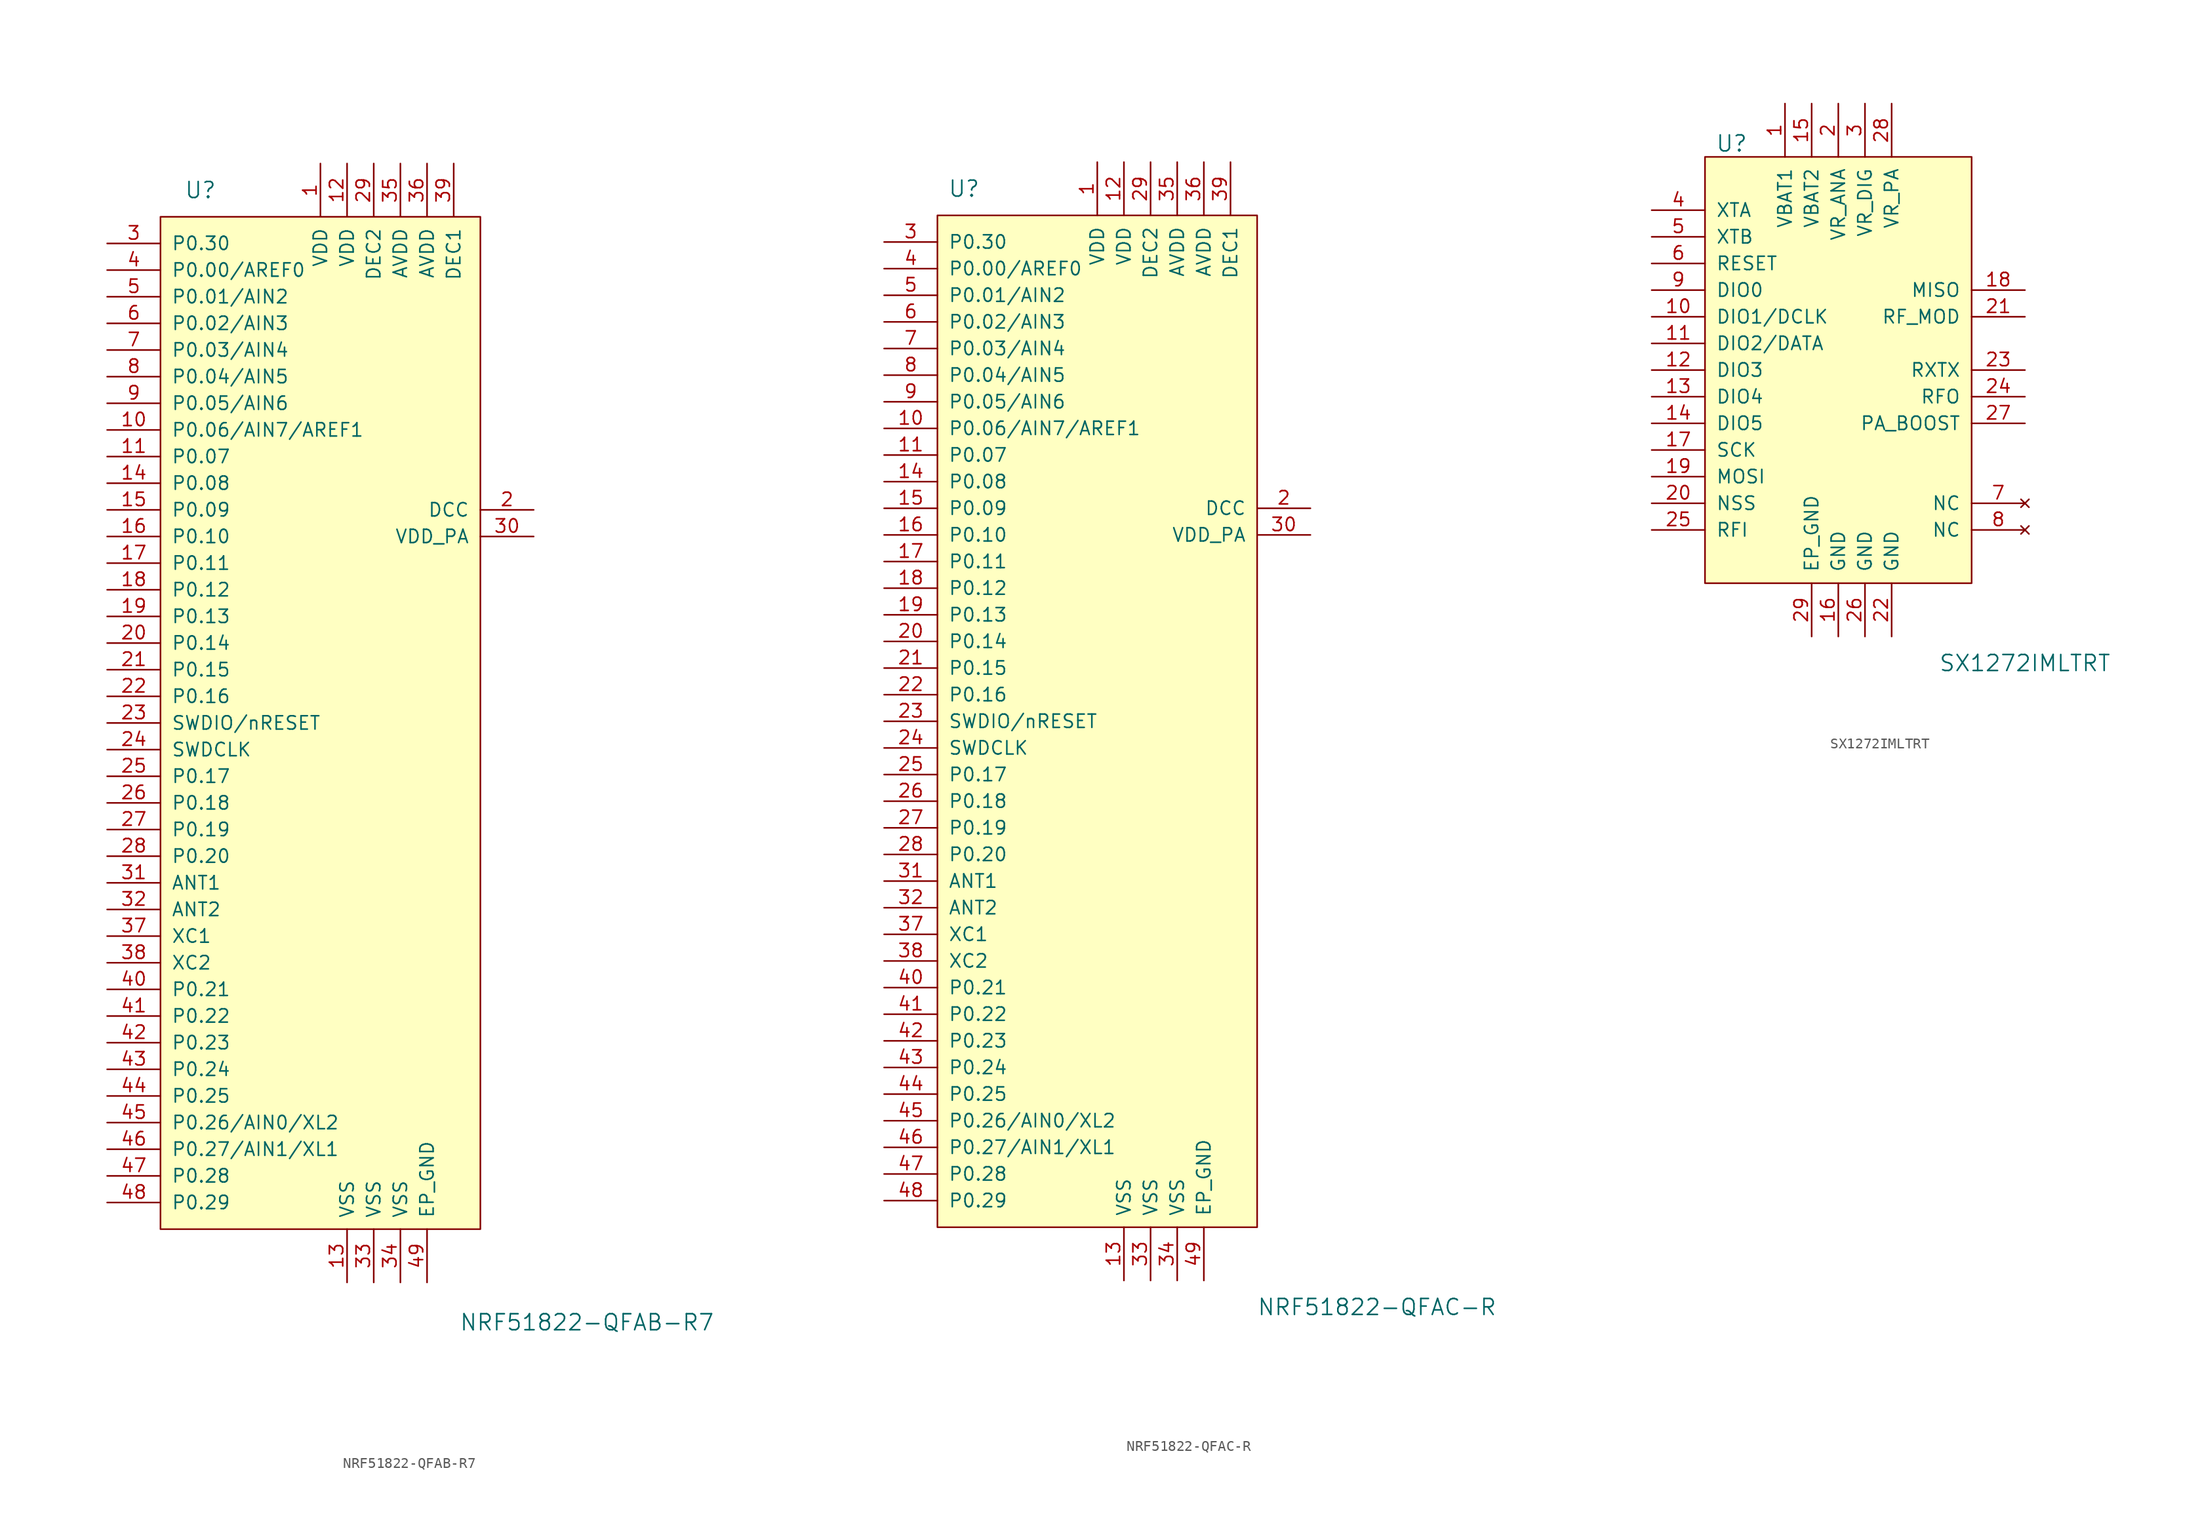
<source format=kicad_sym>
(kicad_symbol_lib
  (version 20231120)
  (generator "kicad_symbol_editor")
  (generator_version "8.0")
  (symbol "NRF51822-QFAB-R7"
    (pin_names
      (offset 1.016))
    (property "Reference" "U"
      (at -16.51 45.72 0)
      (effects (font (size 1.524 1.524))))
    (property "Value" "NRF51822-QFAB-R7"
      (at 20.32 -62.23 0)
      (effects (font (size 1.524 1.524))))
    (symbol "NRF51822-QFAB-R7_0_1"
      (rectangle (start -20.32 43.18) (end 10.16 -53.34) (stroke (width 0) (type default)) (fill (type background))))
    (symbol "NRF51822-QFAB-R7_1_1"
      (pin power_in line (at -5.08 48.26 270) (length 5.08) (name "VDD" (effects (font (size 1.27 1.27)))) (number "1" (effects (font (size 1.27 1.27)))))
      (pin bidirectional line (at -25.4 22.86 0) (length 5.08) (name "P0.06/AIN7/AREF1" (effects (font (size 1.27 1.27)))) (number "10" (effects (font (size 1.27 1.27)))))
      (pin bidirectional line (at -25.4 20.32 0) (length 5.08) (name "P0.07" (effects (font (size 1.27 1.27)))) (number "11" (effects (font (size 1.27 1.27)))))
      (pin power_in line (at -2.54 48.26 270) (length 5.08) (name "VDD" (effects (font (size 1.27 1.27)))) (number "12" (effects (font (size 1.27 1.27)))))
      (pin power_in line (at -2.54 -58.42 90) (length 5.08) (name "VSS" (effects (font (size 1.27 1.27)))) (number "13" (effects (font (size 1.27 1.27)))))
      (pin bidirectional line (at -25.4 17.78 0) (length 5.08) (name "P0.08" (effects (font (size 1.27 1.27)))) (number "14" (effects (font (size 1.27 1.27)))))
      (pin bidirectional line (at -25.4 15.24 0) (length 5.08) (name "P0.09" (effects (font (size 1.27 1.27)))) (number "15" (effects (font (size 1.27 1.27)))))
      (pin bidirectional line (at -25.4 12.7 0) (length 5.08) (name "P0.10" (effects (font (size 1.27 1.27)))) (number "16" (effects (font (size 1.27 1.27)))))
      (pin bidirectional line (at -25.4 10.16 0) (length 5.08) (name "P0.11" (effects (font (size 1.27 1.27)))) (number "17" (effects (font (size 1.27 1.27)))))
      (pin bidirectional line (at -25.4 7.62 0) (length 5.08) (name "P0.12" (effects (font (size 1.27 1.27)))) (number "18" (effects (font (size 1.27 1.27)))))
      (pin bidirectional line (at -25.4 5.08 0) (length 5.08) (name "P0.13" (effects (font (size 1.27 1.27)))) (number "19" (effects (font (size 1.27 1.27)))))
      (pin power_out line (at 15.24 15.24 180) (length 5.08) (name "DCC" (effects (font (size 1.27 1.27)))) (number "2" (effects (font (size 1.27 1.27)))))
      (pin bidirectional line (at -25.4 2.54 0) (length 5.08) (name "P0.14" (effects (font (size 1.27 1.27)))) (number "20" (effects (font (size 1.27 1.27)))))
      (pin bidirectional line (at -25.4 0 0) (length 5.08) (name "P0.15" (effects (font (size 1.27 1.27)))) (number "21" (effects (font (size 1.27 1.27)))))
      (pin bidirectional line (at -25.4 -2.54 0) (length 5.08) (name "P0.16" (effects (font (size 1.27 1.27)))) (number "22" (effects (font (size 1.27 1.27)))))
      (pin bidirectional line (at -25.4 -5.08 0) (length 5.08) (name "SWDIO/nRESET" (effects (font (size 1.27 1.27)))) (number "23" (effects (font (size 1.27 1.27)))))
      (pin input line (at -25.4 -7.62 0) (length 5.08) (name "SWDCLK" (effects (font (size 1.27 1.27)))) (number "24" (effects (font (size 1.27 1.27)))))
      (pin bidirectional line (at -25.4 -10.16 0) (length 5.08) (name "P0.17" (effects (font (size 1.27 1.27)))) (number "25" (effects (font (size 1.27 1.27)))))
      (pin bidirectional line (at -25.4 -12.7 0) (length 5.08) (name "P0.18" (effects (font (size 1.27 1.27)))) (number "26" (effects (font (size 1.27 1.27)))))
      (pin bidirectional line (at -25.4 -15.24 0) (length 5.08) (name "P0.19" (effects (font (size 1.27 1.27)))) (number "27" (effects (font (size 1.27 1.27)))))
      (pin bidirectional line (at -25.4 -17.78 0) (length 5.08) (name "P0.20" (effects (font (size 1.27 1.27)))) (number "28" (effects (font (size 1.27 1.27)))))
      (pin power_in line (at 0 48.26 270) (length 5.08) (name "DEC2" (effects (font (size 1.27 1.27)))) (number "29" (effects (font (size 1.27 1.27)))))
      (pin bidirectional line (at -25.4 40.64 0) (length 5.08) (name "P0.30" (effects (font (size 1.27 1.27)))) (number "3" (effects (font (size 1.27 1.27)))))
      (pin power_out line (at 15.24 12.7 180) (length 5.08) (name "VDD_PA" (effects (font (size 1.27 1.27)))) (number "30" (effects (font (size 1.27 1.27)))))
      (pin input line (at -25.4 -20.32 0) (length 5.08) (name "ANT1" (effects (font (size 1.27 1.27)))) (number "31" (effects (font (size 1.27 1.27)))))
      (pin input line (at -25.4 -22.86 0) (length 5.08) (name "ANT2" (effects (font (size 1.27 1.27)))) (number "32" (effects (font (size 1.27 1.27)))))
      (pin power_in line (at 0 -58.42 90) (length 5.08) (name "VSS" (effects (font (size 1.27 1.27)))) (number "33" (effects (font (size 1.27 1.27)))))
      (pin power_in line (at 2.54 -58.42 90) (length 5.08) (name "VSS" (effects (font (size 1.27 1.27)))) (number "34" (effects (font (size 1.27 1.27)))))
      (pin power_in line (at 2.54 48.26 270) (length 5.08) (name "AVDD" (effects (font (size 1.27 1.27)))) (number "35" (effects (font (size 1.27 1.27)))))
      (pin power_in line (at 5.08 48.26 270) (length 5.08) (name "AVDD" (effects (font (size 1.27 1.27)))) (number "36" (effects (font (size 1.27 1.27)))))
      (pin input line (at -25.4 -25.4 0) (length 5.08) (name "XC1" (effects (font (size 1.27 1.27)))) (number "37" (effects (font (size 1.27 1.27)))))
      (pin input line (at -25.4 -27.94 0) (length 5.08) (name "XC2" (effects (font (size 1.27 1.27)))) (number "38" (effects (font (size 1.27 1.27)))))
      (pin power_in line (at 7.62 48.26 270) (length 5.08) (name "DEC1" (effects (font (size 1.27 1.27)))) (number "39" (effects (font (size 1.27 1.27)))))
      (pin bidirectional line (at -25.4 38.1 0) (length 5.08) (name "P0.00/AREF0" (effects (font (size 1.27 1.27)))) (number "4" (effects (font (size 1.27 1.27)))))
      (pin bidirectional line (at -25.4 -30.48 0) (length 5.08) (name "P0.21" (effects (font (size 1.27 1.27)))) (number "40" (effects (font (size 1.27 1.27)))))
      (pin bidirectional line (at -25.4 -33.02 0) (length 5.08) (name "P0.22" (effects (font (size 1.27 1.27)))) (number "41" (effects (font (size 1.27 1.27)))))
      (pin bidirectional line (at -25.4 -35.56 0) (length 5.08) (name "P0.23" (effects (font (size 1.27 1.27)))) (number "42" (effects (font (size 1.27 1.27)))))
      (pin bidirectional line (at -25.4 -38.1 0) (length 5.08) (name "P0.24" (effects (font (size 1.27 1.27)))) (number "43" (effects (font (size 1.27 1.27)))))
      (pin bidirectional line (at -25.4 -40.64 0) (length 5.08) (name "P0.25" (effects (font (size 1.27 1.27)))) (number "44" (effects (font (size 1.27 1.27)))))
      (pin bidirectional line (at -25.4 -43.18 0) (length 5.08) (name "P0.26/AIN0/XL2" (effects (font (size 1.27 1.27)))) (number "45" (effects (font (size 1.27 1.27)))))
      (pin bidirectional line (at -25.4 -45.72 0) (length 5.08) (name "P0.27/AIN1/XL1" (effects (font (size 1.27 1.27)))) (number "46" (effects (font (size 1.27 1.27)))))
      (pin bidirectional line (at -25.4 -48.26 0) (length 5.08) (name "P0.28" (effects (font (size 1.27 1.27)))) (number "47" (effects (font (size 1.27 1.27)))))
      (pin bidirectional line (at -25.4 -50.8 0) (length 5.08) (name "P0.29" (effects (font (size 1.27 1.27)))) (number "48" (effects (font (size 1.27 1.27)))))
      (pin power_out line (at 5.08 -58.42 90) (length 5.08) (name "EP_GND" (effects (font (size 1.27 1.27)))) (number "49" (effects (font (size 1.27 1.27)))))
      (pin bidirectional line (at -25.4 35.56 0) (length 5.08) (name "P0.01/AIN2" (effects (font (size 1.27 1.27)))) (number "5" (effects (font (size 1.27 1.27)))))
      (pin bidirectional line (at -25.4 33.02 0) (length 5.08) (name "P0.02/AIN3" (effects (font (size 1.27 1.27)))) (number "6" (effects (font (size 1.27 1.27)))))
      (pin bidirectional line (at -25.4 30.48 0) (length 5.08) (name "P0.03/AIN4" (effects (font (size 1.27 1.27)))) (number "7" (effects (font (size 1.27 1.27)))))
      (pin bidirectional line (at -25.4 27.94 0) (length 5.08) (name "P0.04/AIN5" (effects (font (size 1.27 1.27)))) (number "8" (effects (font (size 1.27 1.27)))))
      (pin bidirectional line (at -25.4 25.4 0) (length 5.08) (name "P0.05/AIN6" (effects (font (size 1.27 1.27)))) (number "9" (effects (font (size 1.27 1.27)))))))
  (symbol "NRF51822-QFAC-R"
    (pin_names
      (offset 1.016))
    (property "Reference" "U"
      (at -17.78 45.72 0)
      (effects (font (size 1.524 1.524))))
    (property "Value" "NRF51822-QFAC-R"
      (at 21.59 -60.96 0)
      (effects (font (size 1.524 1.524))))
    (symbol "NRF51822-QFAC-R_0_1"
      (rectangle (start -20.32 43.18) (end 10.16 -53.34) (stroke (width 0) (type default)) (fill (type background))))
    (symbol "NRF51822-QFAC-R_1_1"
      (pin power_in line (at -5.08 48.26 270) (length 5.08) (name "VDD" (effects (font (size 1.27 1.27)))) (number "1" (effects (font (size 1.27 1.27)))))
      (pin bidirectional line (at -25.4 22.86 0) (length 5.08) (name "P0.06/AIN7/AREF1" (effects (font (size 1.27 1.27)))) (number "10" (effects (font (size 1.27 1.27)))))
      (pin bidirectional line (at -25.4 20.32 0) (length 5.08) (name "P0.07" (effects (font (size 1.27 1.27)))) (number "11" (effects (font (size 1.27 1.27)))))
      (pin power_in line (at -2.54 48.26 270) (length 5.08) (name "VDD" (effects (font (size 1.27 1.27)))) (number "12" (effects (font (size 1.27 1.27)))))
      (pin power_in line (at -2.54 -58.42 90) (length 5.08) (name "VSS" (effects (font (size 1.27 1.27)))) (number "13" (effects (font (size 1.27 1.27)))))
      (pin bidirectional line (at -25.4 17.78 0) (length 5.08) (name "P0.08" (effects (font (size 1.27 1.27)))) (number "14" (effects (font (size 1.27 1.27)))))
      (pin bidirectional line (at -25.4 15.24 0) (length 5.08) (name "P0.09" (effects (font (size 1.27 1.27)))) (number "15" (effects (font (size 1.27 1.27)))))
      (pin bidirectional line (at -25.4 12.7 0) (length 5.08) (name "P0.10" (effects (font (size 1.27 1.27)))) (number "16" (effects (font (size 1.27 1.27)))))
      (pin bidirectional line (at -25.4 10.16 0) (length 5.08) (name "P0.11" (effects (font (size 1.27 1.27)))) (number "17" (effects (font (size 1.27 1.27)))))
      (pin bidirectional line (at -25.4 7.62 0) (length 5.08) (name "P0.12" (effects (font (size 1.27 1.27)))) (number "18" (effects (font (size 1.27 1.27)))))
      (pin bidirectional line (at -25.4 5.08 0) (length 5.08) (name "P0.13" (effects (font (size 1.27 1.27)))) (number "19" (effects (font (size 1.27 1.27)))))
      (pin power_out line (at 15.24 15.24 180) (length 5.08) (name "DCC" (effects (font (size 1.27 1.27)))) (number "2" (effects (font (size 1.27 1.27)))))
      (pin bidirectional line (at -25.4 2.54 0) (length 5.08) (name "P0.14" (effects (font (size 1.27 1.27)))) (number "20" (effects (font (size 1.27 1.27)))))
      (pin bidirectional line (at -25.4 0 0) (length 5.08) (name "P0.15" (effects (font (size 1.27 1.27)))) (number "21" (effects (font (size 1.27 1.27)))))
      (pin bidirectional line (at -25.4 -2.54 0) (length 5.08) (name "P0.16" (effects (font (size 1.27 1.27)))) (number "22" (effects (font (size 1.27 1.27)))))
      (pin bidirectional line (at -25.4 -5.08 0) (length 5.08) (name "SWDIO/nRESET" (effects (font (size 1.27 1.27)))) (number "23" (effects (font (size 1.27 1.27)))))
      (pin input line (at -25.4 -7.62 0) (length 5.08) (name "SWDCLK" (effects (font (size 1.27 1.27)))) (number "24" (effects (font (size 1.27 1.27)))))
      (pin bidirectional line (at -25.4 -10.16 0) (length 5.08) (name "P0.17" (effects (font (size 1.27 1.27)))) (number "25" (effects (font (size 1.27 1.27)))))
      (pin bidirectional line (at -25.4 -12.7 0) (length 5.08) (name "P0.18" (effects (font (size 1.27 1.27)))) (number "26" (effects (font (size 1.27 1.27)))))
      (pin bidirectional line (at -25.4 -15.24 0) (length 5.08) (name "P0.19" (effects (font (size 1.27 1.27)))) (number "27" (effects (font (size 1.27 1.27)))))
      (pin bidirectional line (at -25.4 -17.78 0) (length 5.08) (name "P0.20" (effects (font (size 1.27 1.27)))) (number "28" (effects (font (size 1.27 1.27)))))
      (pin power_in line (at 0 48.26 270) (length 5.08) (name "DEC2" (effects (font (size 1.27 1.27)))) (number "29" (effects (font (size 1.27 1.27)))))
      (pin bidirectional line (at -25.4 40.64 0) (length 5.08) (name "P0.30" (effects (font (size 1.27 1.27)))) (number "3" (effects (font (size 1.27 1.27)))))
      (pin power_out line (at 15.24 12.7 180) (length 5.08) (name "VDD_PA" (effects (font (size 1.27 1.27)))) (number "30" (effects (font (size 1.27 1.27)))))
      (pin input line (at -25.4 -20.32 0) (length 5.08) (name "ANT1" (effects (font (size 1.27 1.27)))) (number "31" (effects (font (size 1.27 1.27)))))
      (pin input line (at -25.4 -22.86 0) (length 5.08) (name "ANT2" (effects (font (size 1.27 1.27)))) (number "32" (effects (font (size 1.27 1.27)))))
      (pin power_in line (at 0 -58.42 90) (length 5.08) (name "VSS" (effects (font (size 1.27 1.27)))) (number "33" (effects (font (size 1.27 1.27)))))
      (pin power_in line (at 2.54 -58.42 90) (length 5.08) (name "VSS" (effects (font (size 1.27 1.27)))) (number "34" (effects (font (size 1.27 1.27)))))
      (pin power_in line (at 2.54 48.26 270) (length 5.08) (name "AVDD" (effects (font (size 1.27 1.27)))) (number "35" (effects (font (size 1.27 1.27)))))
      (pin power_in line (at 5.08 48.26 270) (length 5.08) (name "AVDD" (effects (font (size 1.27 1.27)))) (number "36" (effects (font (size 1.27 1.27)))))
      (pin input line (at -25.4 -25.4 0) (length 5.08) (name "XC1" (effects (font (size 1.27 1.27)))) (number "37" (effects (font (size 1.27 1.27)))))
      (pin input line (at -25.4 -27.94 0) (length 5.08) (name "XC2" (effects (font (size 1.27 1.27)))) (number "38" (effects (font (size 1.27 1.27)))))
      (pin power_in line (at 7.62 48.26 270) (length 5.08) (name "DEC1" (effects (font (size 1.27 1.27)))) (number "39" (effects (font (size 1.27 1.27)))))
      (pin bidirectional line (at -25.4 38.1 0) (length 5.08) (name "P0.00/AREF0" (effects (font (size 1.27 1.27)))) (number "4" (effects (font (size 1.27 1.27)))))
      (pin bidirectional line (at -25.4 -30.48 0) (length 5.08) (name "P0.21" (effects (font (size 1.27 1.27)))) (number "40" (effects (font (size 1.27 1.27)))))
      (pin bidirectional line (at -25.4 -33.02 0) (length 5.08) (name "P0.22" (effects (font (size 1.27 1.27)))) (number "41" (effects (font (size 1.27 1.27)))))
      (pin bidirectional line (at -25.4 -35.56 0) (length 5.08) (name "P0.23" (effects (font (size 1.27 1.27)))) (number "42" (effects (font (size 1.27 1.27)))))
      (pin bidirectional line (at -25.4 -38.1 0) (length 5.08) (name "P0.24" (effects (font (size 1.27 1.27)))) (number "43" (effects (font (size 1.27 1.27)))))
      (pin bidirectional line (at -25.4 -40.64 0) (length 5.08) (name "P0.25" (effects (font (size 1.27 1.27)))) (number "44" (effects (font (size 1.27 1.27)))))
      (pin bidirectional line (at -25.4 -43.18 0) (length 5.08) (name "P0.26/AIN0/XL2" (effects (font (size 1.27 1.27)))) (number "45" (effects (font (size 1.27 1.27)))))
      (pin bidirectional line (at -25.4 -45.72 0) (length 5.08) (name "P0.27/AIN1/XL1" (effects (font (size 1.27 1.27)))) (number "46" (effects (font (size 1.27 1.27)))))
      (pin bidirectional line (at -25.4 -48.26 0) (length 5.08) (name "P0.28" (effects (font (size 1.27 1.27)))) (number "47" (effects (font (size 1.27 1.27)))))
      (pin bidirectional line (at -25.4 -50.8 0) (length 5.08) (name "P0.29" (effects (font (size 1.27 1.27)))) (number "48" (effects (font (size 1.27 1.27)))))
      (pin power_in line (at 5.08 -58.42 90) (length 5.08) (name "EP_GND" (effects (font (size 1.27 1.27)))) (number "49" (effects (font (size 1.27 1.27)))))
      (pin bidirectional line (at -25.4 35.56 0) (length 5.08) (name "P0.01/AIN2" (effects (font (size 1.27 1.27)))) (number "5" (effects (font (size 1.27 1.27)))))
      (pin bidirectional line (at -25.4 33.02 0) (length 5.08) (name "P0.02/AIN3" (effects (font (size 1.27 1.27)))) (number "6" (effects (font (size 1.27 1.27)))))
      (pin bidirectional line (at -25.4 30.48 0) (length 5.08) (name "P0.03/AIN4" (effects (font (size 1.27 1.27)))) (number "7" (effects (font (size 1.27 1.27)))))
      (pin bidirectional line (at -25.4 27.94 0) (length 5.08) (name "P0.04/AIN5" (effects (font (size 1.27 1.27)))) (number "8" (effects (font (size 1.27 1.27)))))
      (pin bidirectional line (at -25.4 25.4 0) (length 5.08) (name "P0.05/AIN6" (effects (font (size 1.27 1.27)))) (number "9" (effects (font (size 1.27 1.27)))))))
  (symbol "SX1272IMLTRT"
    (pin_names
      (offset 1.016))
    (property "Reference" "U"
      (at -10.16 21.59 0)
      (effects (font (size 1.524 1.524))))
    (property "Value" "SX1272IMLTRT"
      (at 17.78 -27.94 0)
      (effects (font (size 1.524 1.524))))
    (symbol "SX1272IMLTRT_0_1"
      (rectangle (start -12.7 20.32) (end 12.7 -20.32) (stroke (width 0) (type default)) (fill (type background))))
    (symbol "SX1272IMLTRT_1_1"
      (pin power_in line (at -5.08 25.4 270) (length 5.08) (name "VBAT1" (effects (font (size 1.27 1.27)))) (number "1" (effects (font (size 1.27 1.27)))))
      (pin bidirectional line (at -17.78 5.08 0) (length 5.08) (name "DIO1/DCLK" (effects (font (size 1.27 1.27)))) (number "10" (effects (font (size 1.27 1.27)))))
      (pin bidirectional line (at -17.78 2.54 0) (length 5.08) (name "DIO2/DATA" (effects (font (size 1.27 1.27)))) (number "11" (effects (font (size 1.27 1.27)))))
      (pin bidirectional line (at -17.78 0 0) (length 5.08) (name "DIO3" (effects (font (size 1.27 1.27)))) (number "12" (effects (font (size 1.27 1.27)))))
      (pin bidirectional line (at -17.78 -2.54 0) (length 5.08) (name "DIO4" (effects (font (size 1.27 1.27)))) (number "13" (effects (font (size 1.27 1.27)))))
      (pin bidirectional line (at -17.78 -5.08 0) (length 5.08) (name "DIO5" (effects (font (size 1.27 1.27)))) (number "14" (effects (font (size 1.27 1.27)))))
      (pin power_in line (at -2.54 25.4 270) (length 5.08) (name "VBAT2" (effects (font (size 1.27 1.27)))) (number "15" (effects (font (size 1.27 1.27)))))
      (pin power_in line (at 0 -25.4 90) (length 5.08) (name "GND" (effects (font (size 1.27 1.27)))) (number "16" (effects (font (size 1.27 1.27)))))
      (pin input line (at -17.78 -7.62 0) (length 5.08) (name "SCK" (effects (font (size 1.27 1.27)))) (number "17" (effects (font (size 1.27 1.27)))))
      (pin output line (at 17.78 7.62 180) (length 5.08) (name "MISO" (effects (font (size 1.27 1.27)))) (number "18" (effects (font (size 1.27 1.27)))))
      (pin input line (at -17.78 -10.16 0) (length 5.08) (name "MOSI" (effects (font (size 1.27 1.27)))) (number "19" (effects (font (size 1.27 1.27)))))
      (pin power_in line (at 0 25.4 270) (length 5.08) (name "VR_ANA" (effects (font (size 1.27 1.27)))) (number "2" (effects (font (size 1.27 1.27)))))
      (pin input line (at -17.78 -12.7 0) (length 5.08) (name "NSS" (effects (font (size 1.27 1.27)))) (number "20" (effects (font (size 1.27 1.27)))))
      (pin output line (at 17.78 5.08 180) (length 5.08) (name "RF_MOD" (effects (font (size 1.27 1.27)))) (number "21" (effects (font (size 1.27 1.27)))))
      (pin power_in line (at 5.08 -25.4 90) (length 5.08) (name "GND" (effects (font (size 1.27 1.27)))) (number "22" (effects (font (size 1.27 1.27)))))
      (pin output line (at 17.78 0 180) (length 5.08) (name "RXTX" (effects (font (size 1.27 1.27)))) (number "23" (effects (font (size 1.27 1.27)))))
      (pin output line (at 17.78 -2.54 180) (length 5.08) (name "RFO" (effects (font (size 1.27 1.27)))) (number "24" (effects (font (size 1.27 1.27)))))
      (pin input line (at -17.78 -15.24 0) (length 5.08) (name "RFI" (effects (font (size 1.27 1.27)))) (number "25" (effects (font (size 1.27 1.27)))))
      (pin power_in line (at 2.54 -25.4 90) (length 5.08) (name "GND" (effects (font (size 1.27 1.27)))) (number "26" (effects (font (size 1.27 1.27)))))
      (pin bidirectional line (at 17.78 -5.08 180) (length 5.08) (name "PA_BOOST" (effects (font (size 1.27 1.27)))) (number "27" (effects (font (size 1.27 1.27)))))
      (pin power_in line (at 5.08 25.4 270) (length 5.08) (name "VR_PA" (effects (font (size 1.27 1.27)))) (number "28" (effects (font (size 1.27 1.27)))))
      (pin power_in line (at -2.54 -25.4 90) (length 5.08) (name "EP_GND" (effects (font (size 1.27 1.27)))) (number "29" (effects (font (size 1.27 1.27)))))
      (pin power_in line (at 2.54 25.4 270) (length 5.08) (name "VR_DIG" (effects (font (size 1.27 1.27)))) (number "3" (effects (font (size 1.27 1.27)))))
      (pin bidirectional line (at -17.78 15.24 0) (length 5.08) (name "XTA" (effects (font (size 1.27 1.27)))) (number "4" (effects (font (size 1.27 1.27)))))
      (pin bidirectional line (at -17.78 12.7 0) (length 5.08) (name "XTB" (effects (font (size 1.27 1.27)))) (number "5" (effects (font (size 1.27 1.27)))))
      (pin bidirectional line (at -17.78 10.16 0) (length 5.08) (name "RESET" (effects (font (size 1.27 1.27)))) (number "6" (effects (font (size 1.27 1.27)))))
      (pin no_connect line (at 17.78 -12.7 180) (length 5.08) (name "NC" (effects (font (size 1.27 1.27)))) (number "7" (effects (font (size 1.27 1.27)))))
      (pin no_connect line (at 17.78 -15.24 180) (length 5.08) (name "NC" (effects (font (size 1.27 1.27)))) (number "8" (effects (font (size 1.27 1.27)))))
      (pin bidirectional line (at -17.78 7.62 0) (length 5.08) (name "DIO0" (effects (font (size 1.27 1.27)))) (number "9" (effects (font (size 1.27 1.27))))))))
</source>
